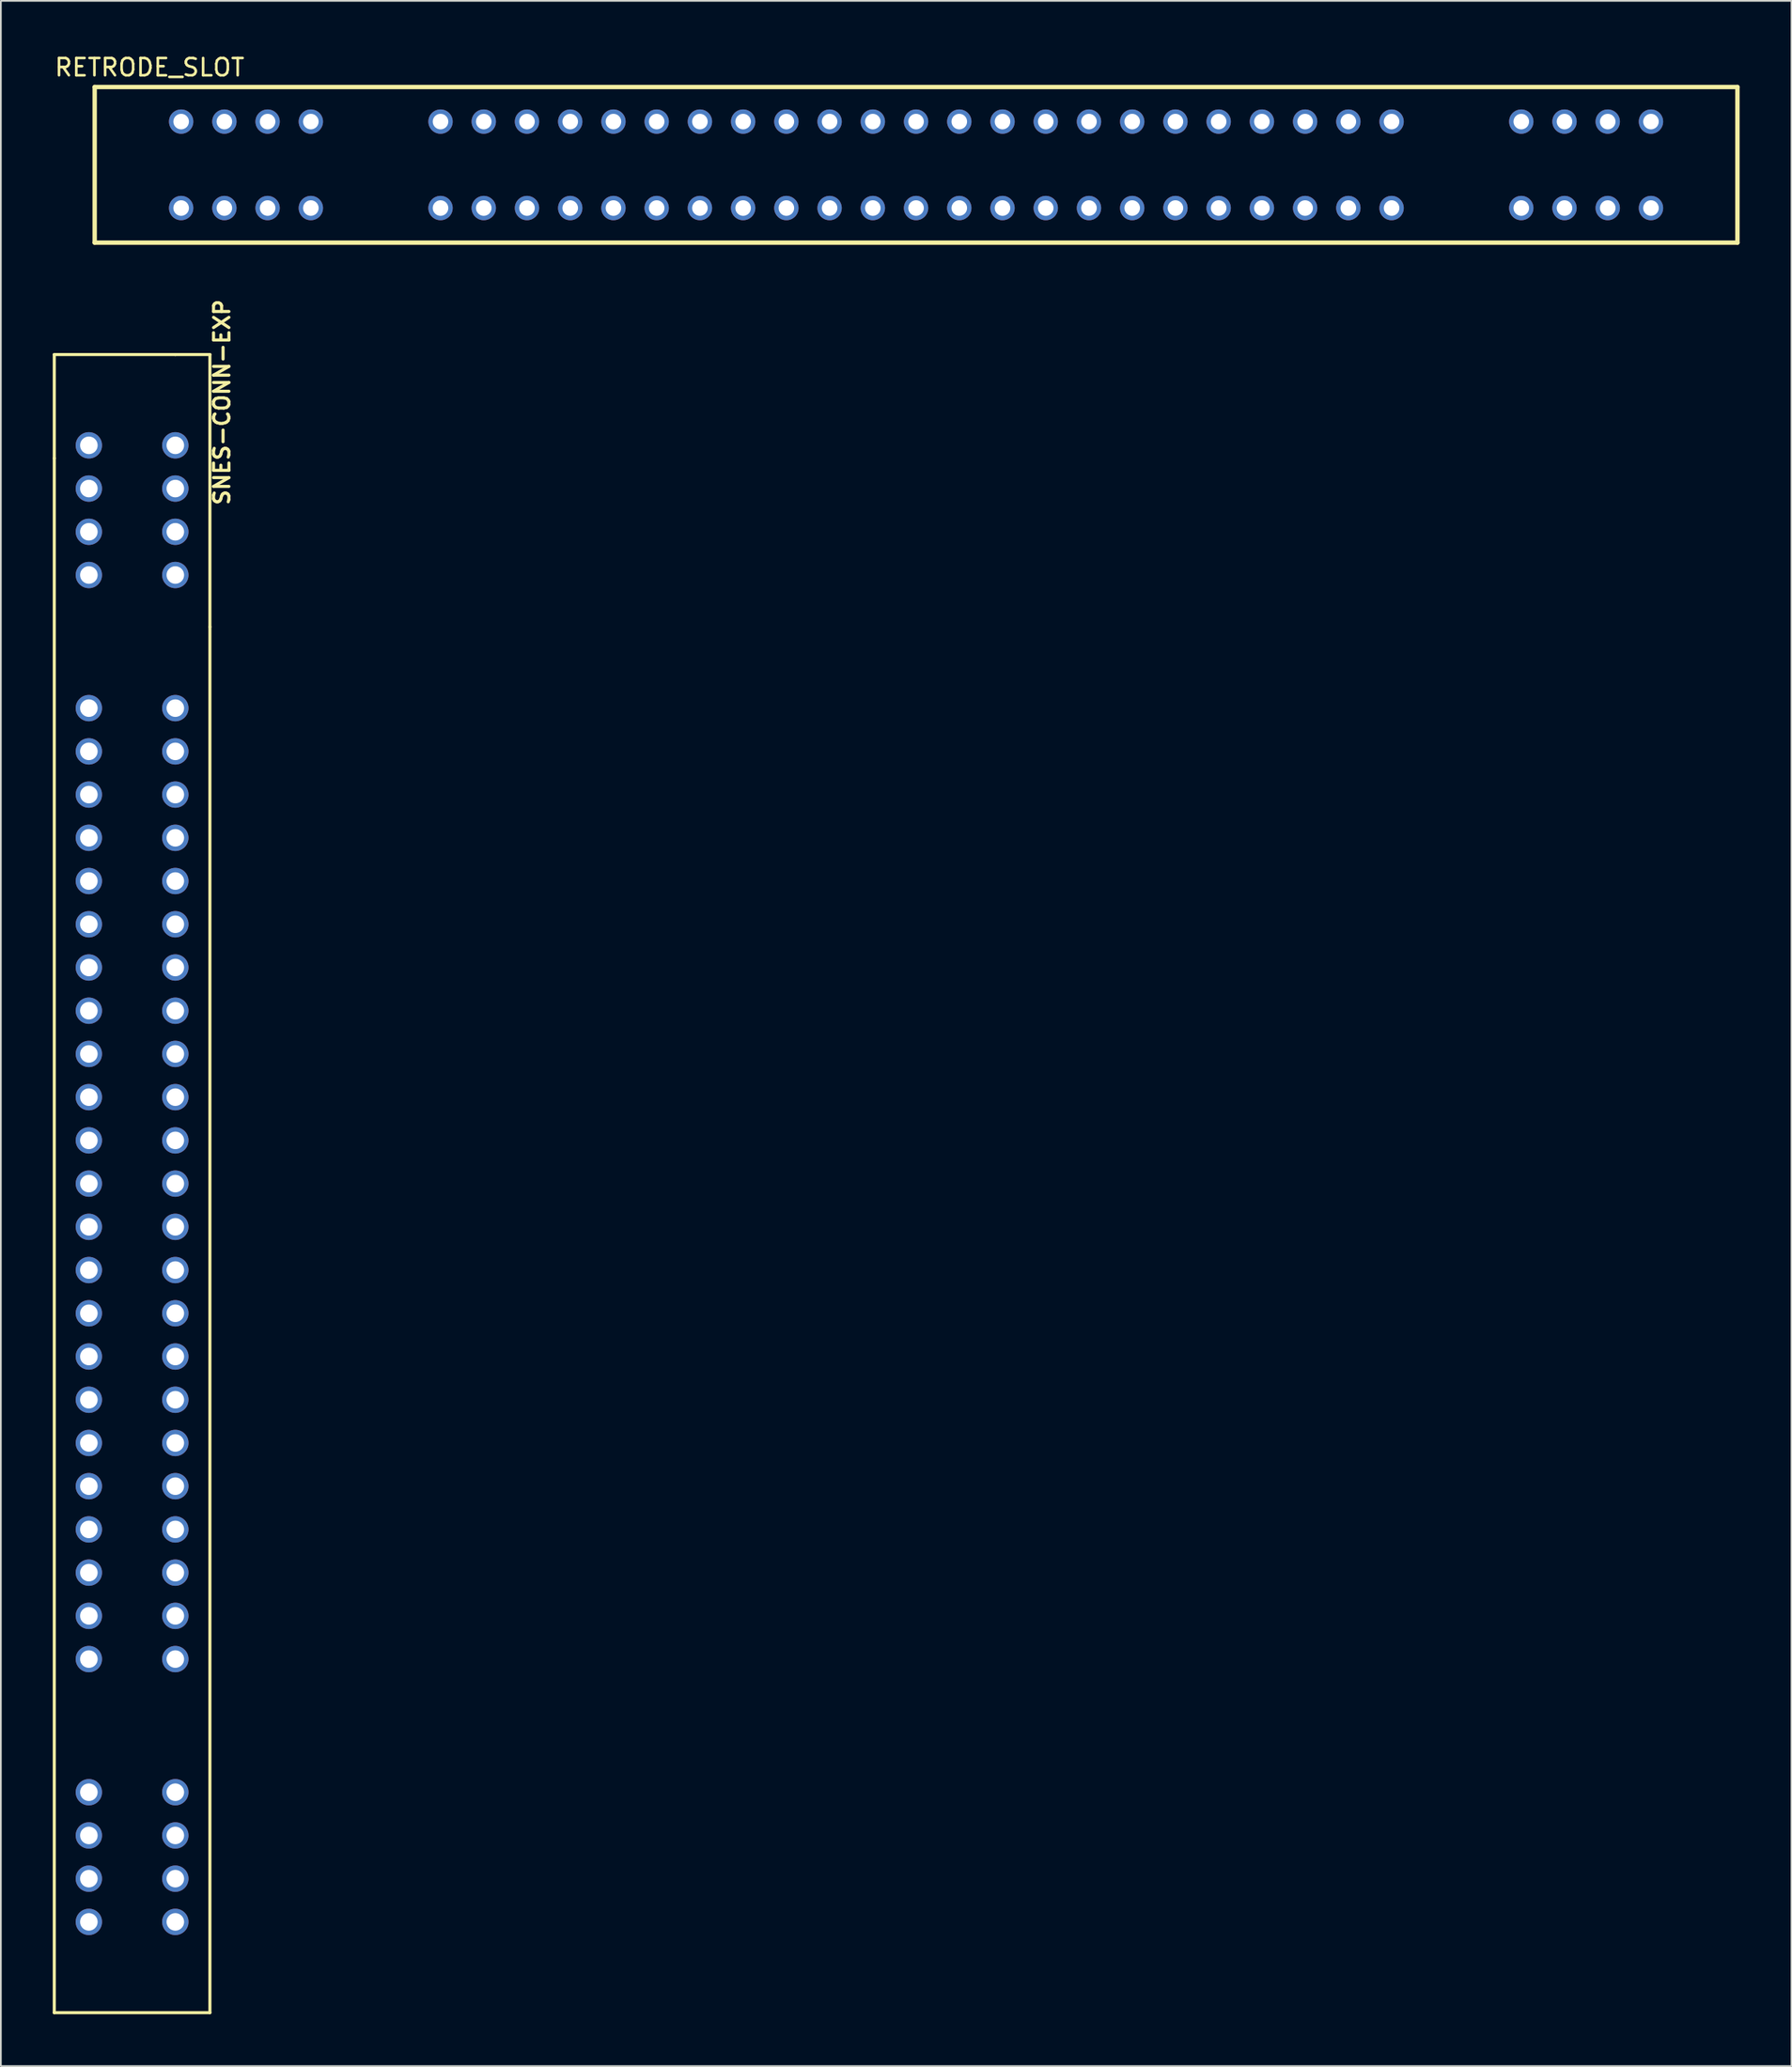
<source format=kicad_pcb>
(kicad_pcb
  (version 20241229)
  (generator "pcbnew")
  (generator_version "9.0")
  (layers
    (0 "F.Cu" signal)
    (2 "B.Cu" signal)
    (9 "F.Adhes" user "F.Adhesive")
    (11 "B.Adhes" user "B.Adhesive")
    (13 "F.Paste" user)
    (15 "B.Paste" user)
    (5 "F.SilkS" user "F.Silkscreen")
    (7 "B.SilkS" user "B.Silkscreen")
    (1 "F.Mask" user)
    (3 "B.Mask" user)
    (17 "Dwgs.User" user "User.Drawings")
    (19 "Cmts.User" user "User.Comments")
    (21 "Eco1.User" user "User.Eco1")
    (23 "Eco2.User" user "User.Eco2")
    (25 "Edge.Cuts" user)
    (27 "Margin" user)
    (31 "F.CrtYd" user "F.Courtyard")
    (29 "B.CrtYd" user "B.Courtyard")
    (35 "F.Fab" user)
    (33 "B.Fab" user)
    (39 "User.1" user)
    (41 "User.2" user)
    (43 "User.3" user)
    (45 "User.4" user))
  (footprint "RETRODE_SLOT"
    (layer "F.Cu")
    (at 49.926 6.483)
    (property "Reference" "RETRODE_SLOT" (at -44.325 -5.635 0) (layer "F.SilkS") (effects (font (size 1 1) (thickness 0.15))))
    (attr through_hole)
    (fp_line (start -47.5 -4.5) (end 47.5 -4.5) (stroke (width 0.254) (type solid)) (layer "F.SilkS"))
    (fp_line (start -47.5 4.5) (end -47.5 -4.5) (stroke (width 0.254) (type solid)) (layer "F.SilkS"))
    (fp_line (start 47.5 -4.5) (end 47.5 4.5) (stroke (width 0.254) (type solid)) (layer "F.SilkS"))
    (fp_line (start 47.5 4.5) (end -47.5 4.5) (stroke (width 0.254) (type solid)) (layer "F.SilkS"))
    (pad "P$1" thru_hole circle (at -42.5 -2.5) (size 1.408 1.408) (drill 0.9) (layers "*.Cu" "*.Mask"))
    (pad "P$2" thru_hole circle (at -42.5 2.5) (size 1.408 1.408) (drill 0.9) (layers "*.Cu" "*.Mask"))
    (pad "P$3" thru_hole circle (at -40 -2.5) (size 1.408 1.408) (drill 0.9) (layers "*.Cu" "*.Mask"))
    (pad "P$4" thru_hole circle (at -40 2.5) (size 1.408 1.408) (drill 0.9) (layers "*.Cu" "*.Mask"))
    (pad "P$5" thru_hole circle (at -37.5 -2.5) (size 1.408 1.408) (drill 0.9) (layers "*.Cu" "*.Mask"))
    (pad "P$6" thru_hole circle (at -37.5 2.5) (size 1.408 1.408) (drill 0.9) (layers "*.Cu" "*.Mask"))
    (pad "P$7" thru_hole circle (at -35 -2.5) (size 1.408 1.408) (drill 0.9) (layers "*.Cu" "*.Mask"))
    (pad "P$8" thru_hole circle (at -35 2.5) (size 1.408 1.408) (drill 0.9) (layers "*.Cu" "*.Mask"))
    (pad "P$9" thru_hole circle (at -27.5 -2.5) (size 1.408 1.408) (drill 0.9) (layers "*.Cu" "*.Mask"))
    (pad "P$10" thru_hole circle (at -27.5 2.5) (size 1.408 1.408) (drill 0.9) (layers "*.Cu" "*.Mask"))
    (pad "P$11" thru_hole circle (at -25 -2.5) (size 1.408 1.408) (drill 0.9) (layers "*.Cu" "*.Mask"))
    (pad "P$12" thru_hole circle (at -25 2.5) (size 1.408 1.408) (drill 0.9) (layers "*.Cu" "*.Mask"))
    (pad "P$13" thru_hole circle (at -22.5 -2.5) (size 1.408 1.408) (drill 0.9) (layers "*.Cu" "*.Mask"))
    (pad "P$14" thru_hole circle (at -22.5 2.5) (size 1.408 1.408) (drill 0.9) (layers "*.Cu" "*.Mask"))
    (pad "P$15" thru_hole circle (at -20 -2.5) (size 1.408 1.408) (drill 0.9) (layers "*.Cu" "*.Mask"))
    (pad "P$16" thru_hole circle (at -20 2.5) (size 1.408 1.408) (drill 0.9) (layers "*.Cu" "*.Mask"))
    (pad "P$17" thru_hole circle (at -17.5 -2.5) (size 1.408 1.408) (drill 0.9) (layers "*.Cu" "*.Mask"))
    (pad "P$18" thru_hole circle (at -17.5 2.5) (size 1.408 1.408) (drill 0.9) (layers "*.Cu" "*.Mask"))
    (pad "P$19" thru_hole circle (at -15 -2.5) (size 1.408 1.408) (drill 0.9) (layers "*.Cu" "*.Mask"))
    (pad "P$20" thru_hole circle (at -15 2.5) (size 1.408 1.408) (drill 0.9) (layers "*.Cu" "*.Mask"))
    (pad "P$21" thru_hole circle (at -12.5 -2.5) (size 1.408 1.408) (drill 0.9) (layers "*.Cu" "*.Mask"))
    (pad "P$22" thru_hole circle (at -12.5 2.5) (size 1.408 1.408) (drill 0.9) (layers "*.Cu" "*.Mask"))
    (pad "P$23" thru_hole circle (at -10 -2.5) (size 1.408 1.408) (drill 0.9) (layers "*.Cu" "*.Mask"))
    (pad "P$24" thru_hole circle (at -10 2.5) (size 1.408 1.408) (drill 0.9) (layers "*.Cu" "*.Mask"))
    (pad "P$25" thru_hole circle (at -7.5 -2.5) (size 1.408 1.408) (drill 0.9) (layers "*.Cu" "*.Mask"))
    (pad "P$26" thru_hole circle (at -7.5 2.5) (size 1.408 1.408) (drill 0.9) (layers "*.Cu" "*.Mask"))
    (pad "P$27" thru_hole circle (at -5 -2.5) (size 1.408 1.408) (drill 0.9) (layers "*.Cu" "*.Mask"))
    (pad "P$28" thru_hole circle (at -5 2.5) (size 1.408 1.408) (drill 0.9) (layers "*.Cu" "*.Mask"))
    (pad "P$29" thru_hole circle (at -2.5 -2.5) (size 1.408 1.408) (drill 0.9) (layers "*.Cu" "*.Mask"))
    (pad "P$30" thru_hole circle (at -2.5 2.5) (size 1.408 1.408) (drill 0.9) (layers "*.Cu" "*.Mask"))
    (pad "P$31" thru_hole circle (at 0 -2.5) (size 1.408 1.408) (drill 0.9) (layers "*.Cu" "*.Mask"))
    (pad "P$32" thru_hole circle (at 0 2.5) (size 1.408 1.408) (drill 0.9) (layers "*.Cu" "*.Mask"))
    (pad "P$33" thru_hole circle (at 2.5 -2.5) (size 1.408 1.408) (drill 0.9) (layers "*.Cu" "*.Mask"))
    (pad "P$34" thru_hole circle (at 2.5 2.5) (size 1.408 1.408) (drill 0.9) (layers "*.Cu" "*.Mask"))
    (pad "P$35" thru_hole circle (at 5 -2.5) (size 1.408 1.408) (drill 0.9) (layers "*.Cu" "*.Mask"))
    (pad "P$36" thru_hole circle (at 5 2.5) (size 1.408 1.408) (drill 0.9) (layers "*.Cu" "*.Mask"))
    (pad "P$37" thru_hole circle (at 7.5 -2.5) (size 1.408 1.408) (drill 0.9) (layers "*.Cu" "*.Mask"))
    (pad "P$38" thru_hole circle (at 7.5 2.5) (size 1.408 1.408) (drill 0.9) (layers "*.Cu" "*.Mask"))
    (pad "P$39" thru_hole circle (at 10 -2.5) (size 1.408 1.408) (drill 0.9) (layers "*.Cu" "*.Mask"))
    (pad "P$40" thru_hole circle (at 10 2.5) (size 1.408 1.408) (drill 0.9) (layers "*.Cu" "*.Mask"))
    (pad "P$41" thru_hole circle (at 12.5 -2.5) (size 1.408 1.408) (drill 0.9) (layers "*.Cu" "*.Mask"))
    (pad "P$42" thru_hole circle (at 12.5 2.5) (size 1.408 1.408) (drill 0.9) (layers "*.Cu" "*.Mask"))
    (pad "P$43" thru_hole circle (at 15 -2.5) (size 1.408 1.408) (drill 0.9) (layers "*.Cu" "*.Mask"))
    (pad "P$44" thru_hole circle (at 15 2.5) (size 1.408 1.408) (drill 0.9) (layers "*.Cu" "*.Mask"))
    (pad "P$45" thru_hole circle (at 17.5 -2.5) (size 1.408 1.408) (drill 0.9) (layers "*.Cu" "*.Mask"))
    (pad "P$46" thru_hole circle (at 17.5 2.5) (size 1.408 1.408) (drill 0.9) (layers "*.Cu" "*.Mask"))
    (pad "P$47" thru_hole circle (at 20 -2.5) (size 1.408 1.408) (drill 0.9) (layers "*.Cu" "*.Mask"))
    (pad "P$48" thru_hole circle (at 20 2.5) (size 1.408 1.408) (drill 0.9) (layers "*.Cu" "*.Mask"))
    (pad "P$49" thru_hole circle (at 22.5 -2.5) (size 1.408 1.408) (drill 0.9) (layers "*.Cu" "*.Mask"))
    (pad "P$50" thru_hole circle (at 22.5 2.5) (size 1.408 1.408) (drill 0.9) (layers "*.Cu" "*.Mask"))
    (pad "P$51" thru_hole circle (at 25 -2.5) (size 1.408 1.408) (drill 0.9) (layers "*.Cu" "*.Mask"))
    (pad "P$52" thru_hole circle (at 25 2.5) (size 1.408 1.408) (drill 0.9) (layers "*.Cu" "*.Mask"))
    (pad "P$53" thru_hole circle (at 27.5 -2.5) (size 1.408 1.408) (drill 0.9) (layers "*.Cu" "*.Mask"))
    (pad "P$54" thru_hole circle (at 27.5 2.5) (size 1.408 1.408) (drill 0.9) (layers "*.Cu" "*.Mask"))
    (pad "P$55" thru_hole circle (at 35 -2.5) (size 1.408 1.408) (drill 0.9) (layers "*.Cu" "*.Mask"))
    (pad "P$56" thru_hole circle (at 35 2.5) (size 1.408 1.408) (drill 0.9) (layers "*.Cu" "*.Mask"))
    (pad "P$57" thru_hole circle (at 37.5 -2.5) (size 1.408 1.408) (drill 0.9) (layers "*.Cu" "*.Mask"))
    (pad "P$58" thru_hole circle (at 37.5 2.5) (size 1.408 1.408) (drill 0.9) (layers "*.Cu" "*.Mask"))
    (pad "P$59" thru_hole circle (at 40 -2.5) (size 1.408 1.408) (drill 0.9) (layers "*.Cu" "*.Mask"))
    (pad "P$60" thru_hole circle (at 40 2.5) (size 1.408 1.408) (drill 0.9) (layers "*.Cu" "*.Mask"))
    (pad "P$61" thru_hole circle (at 42.5 -2.5) (size 1.408 1.408) (drill 0.9) (layers "*.Cu" "*.Mask"))
    (pad "P$62" thru_hole circle (at 42.5 2.5) (size 1.408 1.408) (drill 0.9) (layers "*.Cu" "*.Mask")))
  (footprint "SNES-CONN-EXP"
    (layer "F.Cu")
    (at 2.089 22.707)
    (property "Reference" "SNES-CONN-EXP" (at 7.697 -2.493 90) (layer "F.SilkS") (effects (font (size 0.889 0.889) (thickness 0.178))))
    (attr through_hole)
    (fp_line (start -2 -5.25) (end -2 0.75) (stroke (width 0.178) (type solid)) (layer "F.SilkS"))
    (fp_line (start -2 -5.25) (end 5 -5.25) (stroke (width 0.178) (type solid)) (layer "F.SilkS"))
    (fp_line (start -2 0.75) (end -2 90.65) (stroke (width 0.178) (type solid)) (layer "F.SilkS"))
    (fp_line (start -2 90.65) (end 7 90.65) (stroke (width 0.178) (type solid)) (layer "F.SilkS"))
    (fp_line (start 5 -5.25) (end 7 -5.25) (stroke (width 0.178) (type solid)) (layer "F.SilkS"))
    (fp_line (start 7 -5.25) (end 7 10.5) (stroke (width 0.178) (type solid)) (layer "F.SilkS"))
    (fp_line (start 7 10.5) (end 7 90.65) (stroke (width 0.178) (type solid)) (layer "F.SilkS"))
    (pad "1" thru_hole circle (at 0 0) (size 1.524 1.524) (drill 1.016) (layers "*.Cu" "*.Mask"))
    (pad "2" thru_hole circle (at 0 2.5) (size 1.524 1.524) (drill 1.016) (layers "*.Cu" "*.Mask"))
    (pad "3" thru_hole circle (at 0 5) (size 1.524 1.524) (drill 1.016) (layers "*.Cu" "*.Mask"))
    (pad "4" thru_hole circle (at 0 7.5) (size 1.524 1.524) (drill 1.016) (layers "*.Cu" "*.Mask"))
    (pad "5" thru_hole circle (at 0 15.2) (size 1.524 1.524) (drill 1.016) (layers "*.Cu" "*.Mask"))
    (pad "6" thru_hole circle (at 0 17.7) (size 1.524 1.524) (drill 1.016) (layers "*.Cu" "*.Mask"))
    (pad "7" thru_hole circle (at 0 20.2) (size 1.524 1.524) (drill 1.016) (layers "*.Cu" "*.Mask"))
    (pad "8" thru_hole circle (at 0 22.7) (size 1.524 1.524) (drill 1.016) (layers "*.Cu" "*.Mask"))
    (pad "9" thru_hole circle (at 0 25.2) (size 1.524 1.524) (drill 1.016) (layers "*.Cu" "*.Mask"))
    (pad "10" thru_hole circle (at 0 27.7) (size 1.524 1.524) (drill 1.016) (layers "*.Cu" "*.Mask"))
    (pad "11" thru_hole circle (at 0 30.2) (size 1.524 1.524) (drill 1.016) (layers "*.Cu" "*.Mask"))
    (pad "12" thru_hole circle (at 0 32.7) (size 1.524 1.524) (drill 1.016) (layers "*.Cu" "*.Mask"))
    (pad "13" thru_hole circle (at 0 35.2) (size 1.524 1.524) (drill 1.016) (layers "*.Cu" "*.Mask"))
    (pad "14" thru_hole circle (at 0 37.7) (size 1.524 1.524) (drill 1.016) (layers "*.Cu" "*.Mask"))
    (pad "15" thru_hole circle (at 0 40.2) (size 1.524 1.524) (drill 1.016) (layers "*.Cu" "*.Mask"))
    (pad "16" thru_hole circle (at 0 42.7) (size 1.524 1.524) (drill 1.016) (layers "*.Cu" "*.Mask"))
    (pad "17" thru_hole circle (at 0 45.2) (size 1.524 1.524) (drill 1.016) (layers "*.Cu" "*.Mask"))
    (pad "18" thru_hole circle (at 0 47.7) (size 1.524 1.524) (drill 1.016) (layers "*.Cu" "*.Mask"))
    (pad "19" thru_hole circle (at 0 50.2) (size 1.524 1.524) (drill 1.016) (layers "*.Cu" "*.Mask"))
    (pad "20" thru_hole circle (at 0 52.7) (size 1.524 1.524) (drill 1.016) (layers "*.Cu" "*.Mask"))
    (pad "21" thru_hole circle (at 0 55.2) (size 1.524 1.524) (drill 1.016) (layers "*.Cu" "*.Mask"))
    (pad "22" thru_hole circle (at 0 57.7) (size 1.524 1.524) (drill 1.016) (layers "*.Cu" "*.Mask"))
    (pad "23" thru_hole circle (at 0 60.2) (size 1.524 1.524) (drill 1.016) (layers "*.Cu" "*.Mask"))
    (pad "24" thru_hole circle (at 0 62.7) (size 1.524 1.524) (drill 1.016) (layers "*.Cu" "*.Mask"))
    (pad "25" thru_hole circle (at 0 65.2) (size 1.524 1.524) (drill 1.016) (layers "*.Cu" "*.Mask"))
    (pad "26" thru_hole circle (at 0 67.7) (size 1.524 1.524) (drill 1.016) (layers "*.Cu" "*.Mask"))
    (pad "27" thru_hole circle (at 0 70.2) (size 1.524 1.524) (drill 1.016) (layers "*.Cu" "*.Mask"))
    (pad "28" thru_hole circle (at 0 77.9) (size 1.524 1.524) (drill 1.016) (layers "*.Cu" "*.Mask"))
    (pad "29" thru_hole circle (at 0 80.4) (size 1.524 1.524) (drill 1.016) (layers "*.Cu" "*.Mask"))
    (pad "30" thru_hole circle (at 0 82.9) (size 1.524 1.524) (drill 1.016) (layers "*.Cu" "*.Mask"))
    (pad "31" thru_hole circle (at 0 85.4) (size 1.524 1.524) (drill 1.016) (layers "*.Cu" "*.Mask"))
    (pad "32" thru_hole circle (at 5 0) (size 1.524 1.524) (drill 1.016) (layers "*.Cu" "*.Mask"))
    (pad "33" thru_hole circle (at 5 2.5) (size 1.524 1.524) (drill 1.016) (layers "*.Cu" "*.Mask"))
    (pad "34" thru_hole circle (at 5 5) (size 1.524 1.524) (drill 1.016) (layers "*.Cu" "*.Mask"))
    (pad "35" thru_hole circle (at 5 7.5) (size 1.524 1.524) (drill 1.016) (layers "*.Cu" "*.Mask"))
    (pad "36" thru_hole circle (at 5 15.2) (size 1.524 1.524) (drill 1.016) (layers "*.Cu" "*.Mask"))
    (pad "37" thru_hole circle (at 5 17.7) (size 1.524 1.524) (drill 1.016) (layers "*.Cu" "*.Mask"))
    (pad "38" thru_hole circle (at 5 20.2) (size 1.524 1.524) (drill 1.016) (layers "*.Cu" "*.Mask"))
    (pad "39" thru_hole circle (at 5 22.7) (size 1.524 1.524) (drill 1.016) (layers "*.Cu" "*.Mask"))
    (pad "40" thru_hole circle (at 5 25.2) (size 1.524 1.524) (drill 1.016) (layers "*.Cu" "*.Mask"))
    (pad "41" thru_hole circle (at 5 27.7) (size 1.524 1.524) (drill 1.016) (layers "*.Cu" "*.Mask"))
    (pad "42" thru_hole circle (at 5 30.2) (size 1.524 1.524) (drill 1.016) (layers "*.Cu" "*.Mask"))
    (pad "43" thru_hole circle (at 5 32.7) (size 1.524 1.524) (drill 1.016) (layers "*.Cu" "*.Mask"))
    (pad "44" thru_hole circle (at 5 35.2) (size 1.524 1.524) (drill 1.016) (layers "*.Cu" "*.Mask"))
    (pad "45" thru_hole circle (at 5 37.7) (size 1.524 1.524) (drill 1.016) (layers "*.Cu" "*.Mask"))
    (pad "46" thru_hole circle (at 5 40.2) (size 1.524 1.524) (drill 1.016) (layers "*.Cu" "*.Mask"))
    (pad "47" thru_hole circle (at 5 42.7) (size 1.524 1.524) (drill 1.016) (layers "*.Cu" "*.Mask"))
    (pad "48" thru_hole circle (at 5 45.2) (size 1.524 1.524) (drill 1.016) (layers "*.Cu" "*.Mask"))
    (pad "49" thru_hole circle (at 5 47.7) (size 1.524 1.524) (drill 1.016) (layers "*.Cu" "*.Mask"))
    (pad "50" thru_hole circle (at 5 50.2) (size 1.524 1.524) (drill 1.016) (layers "*.Cu" "*.Mask"))
    (pad "51" thru_hole circle (at 5 52.7) (size 1.524 1.524) (drill 1.016) (layers "*.Cu" "*.Mask"))
    (pad "52" thru_hole circle (at 5 55.2) (size 1.524 1.524) (drill 1.016) (layers "*.Cu" "*.Mask"))
    (pad "53" thru_hole circle (at 5 57.7) (size 1.524 1.524) (drill 1.016) (layers "*.Cu" "*.Mask"))
    (pad "54" thru_hole circle (at 5 60.2) (size 1.524 1.524) (drill 1.016) (layers "*.Cu" "*.Mask"))
    (pad "55" thru_hole circle (at 5 62.7) (size 1.524 1.524) (drill 1.016) (layers "*.Cu" "*.Mask"))
    (pad "56" thru_hole circle (at 5 65.2) (size 1.524 1.524) (drill 1.016) (layers "*.Cu" "*.Mask"))
    (pad "57" thru_hole circle (at 5 67.7) (size 1.524 1.524) (drill 1.016) (layers "*.Cu" "*.Mask"))
    (pad "58" thru_hole circle (at 5 70.2) (size 1.524 1.524) (drill 1.016) (layers "*.Cu" "*.Mask"))
    (pad "59" thru_hole circle (at 5 77.9) (size 1.524 1.524) (drill 1.016) (layers "*.Cu" "*.Mask"))
    (pad "60" thru_hole circle (at 5 80.4) (size 1.524 1.524) (drill 1.016) (layers "*.Cu" "*.Mask"))
    (pad "61" thru_hole circle (at 5 82.9) (size 1.524 1.524) (drill 1.016) (layers "*.Cu" "*.Mask"))
    (pad "62" thru_hole circle (at 5 85.4) (size 1.524 1.524) (drill 1.016) (layers "*.Cu" "*.Mask")))
  (gr_rect
    (start -3 -3)
    (end 100.553 116.446)
    (stroke (width 0.1) (type default))
    (fill no)
    (layer "Edge.Cuts")))
</source>
